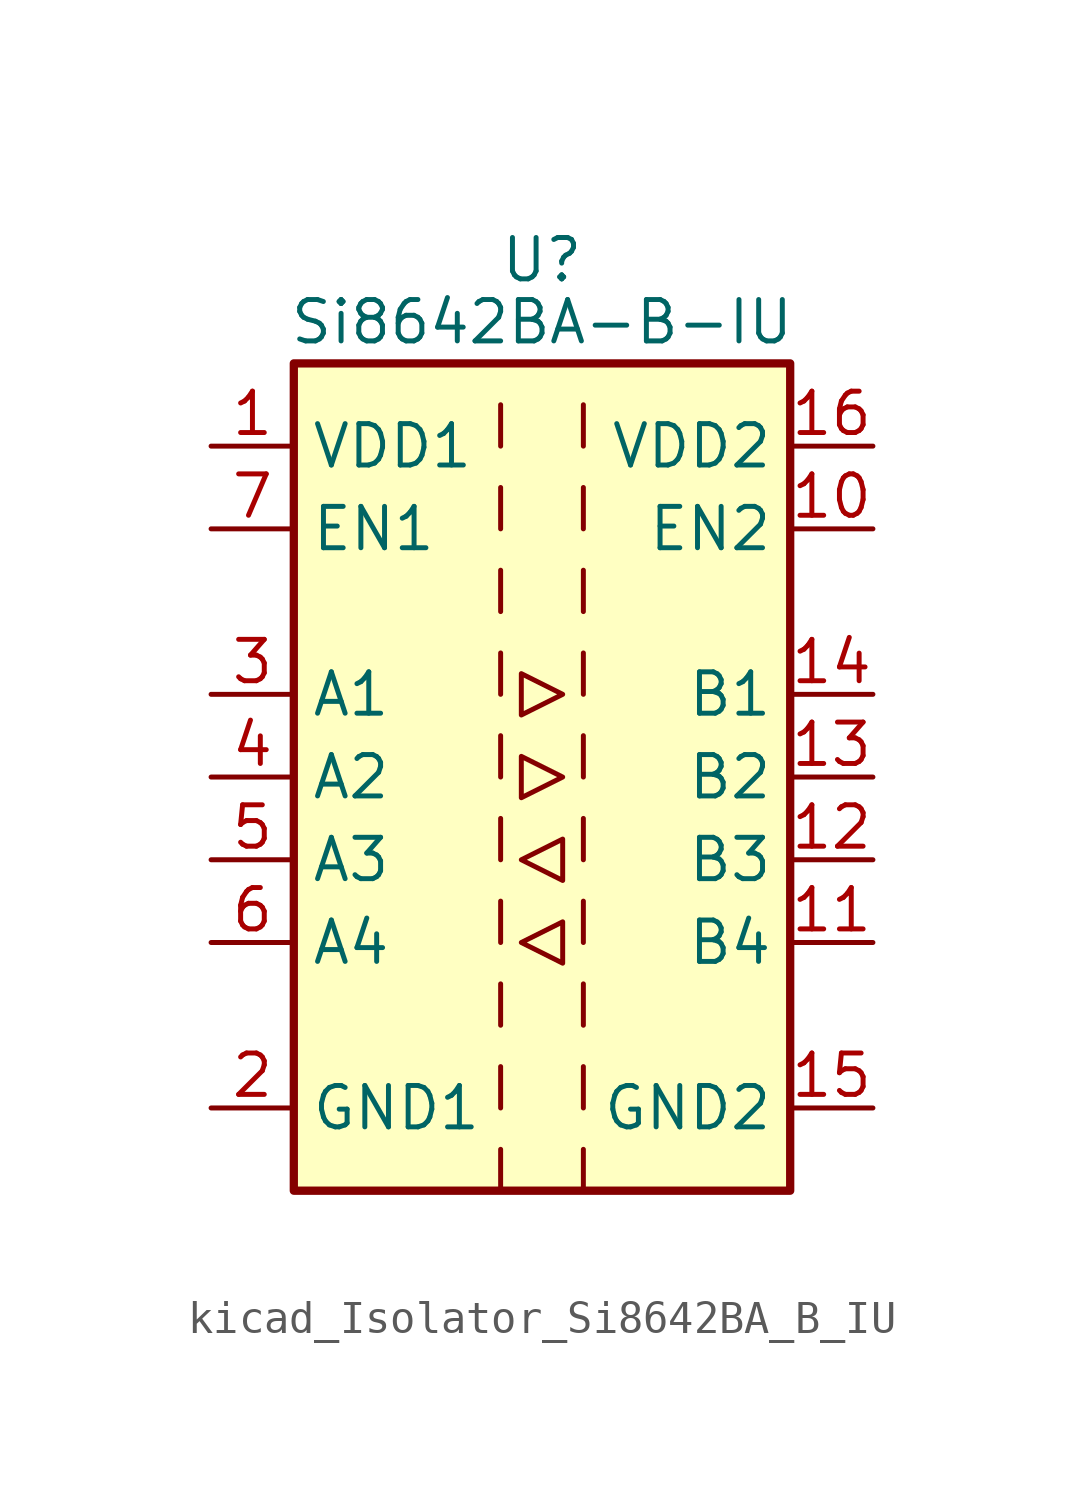
<source format=kicad_sym>
(kicad_symbol_lib
  (version 20220914)
  (generator kicad_symbol_editor)
  (symbol "kicad_Isolator_Si8642BA_B_IU"
    (property "Reference" "U"
      (at 0 15.875 0)
      (effects (font (size 1.27 1.27))))
    (property "Value" "Si8642BA-B-IU"
      (at 0 13.97 0)
      (effects (font (size 1.27 1.27))))
    (symbol "kicad_Isolator_Si8642BA_B_IU_0_1"
      (rectangle (start -7.62 12.7) (end 7.62 -12.7) (stroke (width 0.254) (type default)) (fill (type background)))
      (polyline (pts (xy -1.27 -11.43) (xy -1.27 -12.7)) (stroke (width 0) (type default)) (fill (type none)))
      (polyline (pts (xy -1.27 -8.89) (xy -1.27 -10.16)) (stroke (width 0) (type default)) (fill (type none)))
      (polyline (pts (xy -1.27 -6.35) (xy -1.27 -7.62)) (stroke (width 0) (type default)) (fill (type none)))
      (polyline (pts (xy -1.27 -3.81) (xy -1.27 -5.08)) (stroke (width 0) (type default)) (fill (type none)))
      (polyline (pts (xy -1.27 -1.27) (xy -1.27 -2.54)) (stroke (width 0) (type default)) (fill (type none)))
      (polyline (pts (xy -1.27 1.27) (xy -1.27 0)) (stroke (width 0) (type default)) (fill (type none)))
      (polyline (pts (xy -1.27 3.81) (xy -1.27 2.54)) (stroke (width 0) (type default)) (fill (type none)))
      (polyline (pts (xy -1.27 6.35) (xy -1.27 5.08)) (stroke (width 0) (type default)) (fill (type none)))
      (polyline (pts (xy -1.27 8.89) (xy -1.27 7.62)) (stroke (width 0) (type default)) (fill (type none)))
      (polyline (pts (xy -1.27 11.43) (xy -1.27 10.16)) (stroke (width 0) (type default)) (fill (type none)))
      (polyline (pts (xy 1.27 -11.43) (xy 1.27 -12.7)) (stroke (width 0) (type default)) (fill (type none)))
      (polyline (pts (xy 1.27 -8.89) (xy 1.27 -10.16)) (stroke (width 0) (type default)) (fill (type none)))
      (polyline (pts (xy 1.27 -6.35) (xy 1.27 -7.62)) (stroke (width 0) (type default)) (fill (type none)))
      (polyline (pts (xy 1.27 -3.81) (xy 1.27 -5.08)) (stroke (width 0) (type default)) (fill (type none)))
      (polyline (pts (xy 1.27 -1.27) (xy 1.27 -2.54)) (stroke (width 0) (type default)) (fill (type none)))
      (polyline (pts (xy 1.27 1.27) (xy 1.27 0)) (stroke (width 0) (type default)) (fill (type none)))
      (polyline (pts (xy 1.27 3.81) (xy 1.27 2.54)) (stroke (width 0) (type default)) (fill (type none)))
      (polyline (pts (xy 1.27 6.35) (xy 1.27 5.08)) (stroke (width 0) (type default)) (fill (type none)))
      (polyline (pts (xy 1.27 8.89) (xy 1.27 7.62)) (stroke (width 0) (type default)) (fill (type none)))
      (polyline (pts (xy 1.27 11.43) (xy 1.27 10.16)) (stroke (width 0) (type default)) (fill (type none)))
      (polyline (pts (xy -0.635 -5.08) (xy 0.635 -4.445) (xy 0.635 -5.715) (xy -0.635 -5.08)) (stroke (width 0) (type default)) (fill (type none)))
      (polyline (pts (xy -0.635 -2.54) (xy 0.635 -1.905) (xy 0.635 -3.175) (xy -0.635 -2.54)) (stroke (width 0) (type default)) (fill (type none)))
      (polyline (pts (xy -0.635 0.635) (xy -0.635 -0.635) (xy 0.635 0) (xy -0.635 0.635)) (stroke (width 0) (type default)) (fill (type none)))
      (polyline (pts (xy -0.635 3.175) (xy -0.635 1.905) (xy 0.635 2.54) (xy -0.635 3.175)) (stroke (width 0) (type default)) (fill (type none))))
    (symbol "kicad_Isolator_Si8642BA_B_IU_1_1"
      (pin power_in line (at -10.16 10.16 0) (length 2.54) (name "VDD1" (effects (font (size 1.27 1.27)))) (number "1" (effects (font (size 1.27 1.27)))))
      (pin input line (at 10.16 7.62 180) (length 2.54) (name "EN2" (effects (font (size 1.27 1.27)))) (number "10" (effects (font (size 1.27 1.27)))))
      (pin input line (at 10.16 -5.08 180) (length 2.54) (name "B4" (effects (font (size 1.27 1.27)))) (number "11" (effects (font (size 1.27 1.27)))))
      (pin input line (at 10.16 -2.54 180) (length 2.54) (name "B3" (effects (font (size 1.27 1.27)))) (number "12" (effects (font (size 1.27 1.27)))))
      (pin output line (at 10.16 0 180) (length 2.54) (name "B2" (effects (font (size 1.27 1.27)))) (number "13" (effects (font (size 1.27 1.27)))))
      (pin output line (at 10.16 2.54 180) (length 2.54) (name "B1" (effects (font (size 1.27 1.27)))) (number "14" (effects (font (size 1.27 1.27)))))
      (pin power_in line (at 10.16 -10.16 180) (length 2.54) (name "GND2" (effects (font (size 1.27 1.27)))) (number "15" (effects (font (size 1.27 1.27)))))
      (pin power_in line (at 10.16 10.16 180) (length 2.54) (name "VDD2" (effects (font (size 1.27 1.27)))) (number "16" (effects (font (size 1.27 1.27)))))
      (pin power_in line (at -10.16 -10.16 0) (length 2.54) (name "GND1" (effects (font (size 1.27 1.27)))) (number "2" (effects (font (size 1.27 1.27)))))
      (pin input line (at -10.16 2.54 0) (length 2.54) (name "A1" (effects (font (size 1.27 1.27)))) (number "3" (effects (font (size 1.27 1.27)))))
      (pin input line (at -10.16 0 0) (length 2.54) (name "A2" (effects (font (size 1.27 1.27)))) (number "4" (effects (font (size 1.27 1.27)))))
      (pin output line (at -10.16 -2.54 0) (length 2.54) (name "A3" (effects (font (size 1.27 1.27)))) (number "5" (effects (font (size 1.27 1.27)))))
      (pin output line (at -10.16 -5.08 0) (length 2.54) (name "A4" (effects (font (size 1.27 1.27)))) (number "6" (effects (font (size 1.27 1.27)))))
      (pin input line (at -10.16 7.62 0) (length 2.54) (name "EN1" (effects (font (size 1.27 1.27)))) (number "7" (effects (font (size 1.27 1.27)))))
      (pin passive line (at -10.16 -10.16 0) (length 2.54) hide (name "GND1" (effects (font (size 1.27 1.27)))) (number "8" (effects (font (size 1.27 1.27)))))
      (pin passive line (at 10.16 -10.16 180) (length 2.54) hide (name "GND2" (effects (font (size 1.27 1.27)))) (number "9" (effects (font (size 1.27 1.27))))))))
</source>
